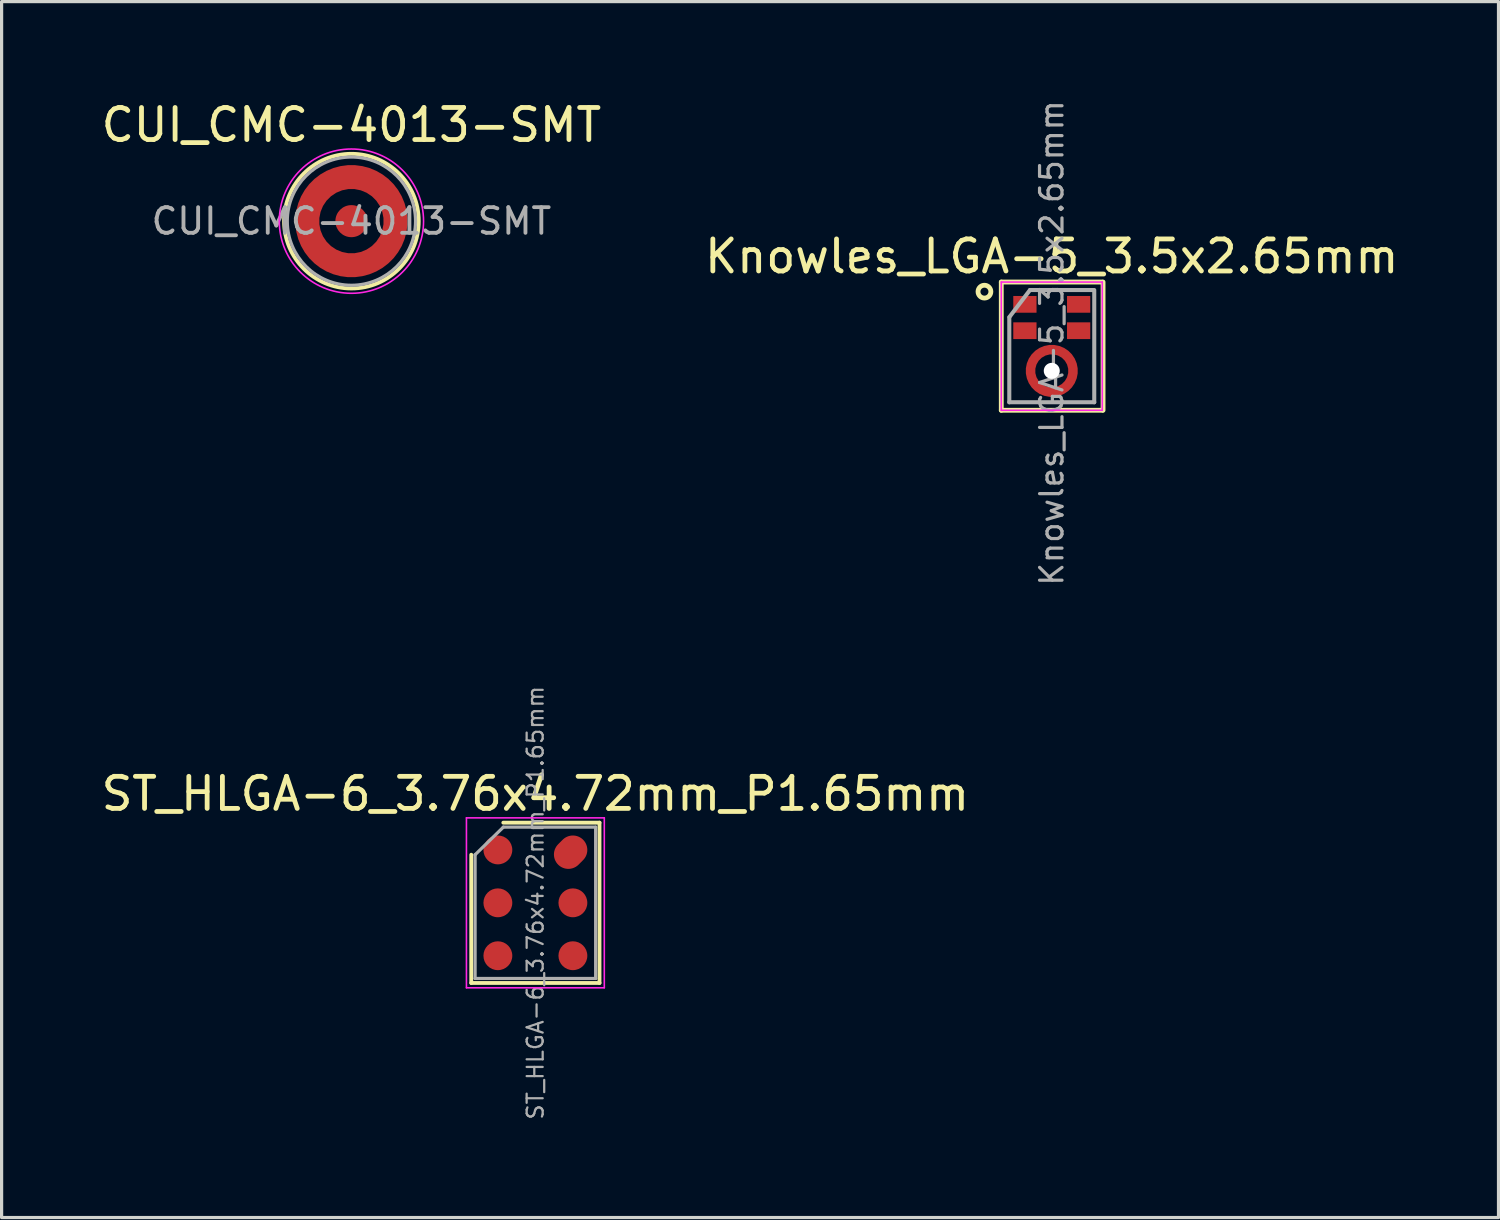
<source format=kicad_pcb>
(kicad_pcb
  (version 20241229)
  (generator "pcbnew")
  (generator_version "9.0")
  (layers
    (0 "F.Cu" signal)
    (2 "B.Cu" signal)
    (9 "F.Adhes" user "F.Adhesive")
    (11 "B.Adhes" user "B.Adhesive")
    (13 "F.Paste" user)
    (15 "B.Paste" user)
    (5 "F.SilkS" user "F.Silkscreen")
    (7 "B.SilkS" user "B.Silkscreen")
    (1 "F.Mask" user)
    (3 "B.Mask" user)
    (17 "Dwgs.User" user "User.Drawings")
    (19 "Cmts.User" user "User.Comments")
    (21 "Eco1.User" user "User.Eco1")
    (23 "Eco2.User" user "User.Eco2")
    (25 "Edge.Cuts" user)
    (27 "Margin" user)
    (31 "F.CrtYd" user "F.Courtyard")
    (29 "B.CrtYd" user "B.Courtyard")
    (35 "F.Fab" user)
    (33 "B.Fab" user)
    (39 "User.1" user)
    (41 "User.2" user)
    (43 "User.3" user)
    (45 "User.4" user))
  (footprint "Knowles_LGA-5_3.5x2.65mm"
    (layer "F.Cu")
    (at 29.756 7.747)
    (property "Reference" "Knowles_LGA-5_3.5x2.65mm" (at 0 -2.8 0) (layer "F.SilkS") (effects (font (size 1 1) (thickness 0.15))))
    (attr smd)
    (fp_line (start -1.575 -2) (end -1.575 2) (stroke (width 0.15) (type solid)) (layer "F.SilkS"))
    (fp_line (start -1.575 2) (end 1.575 2) (stroke (width 0.15) (type solid)) (layer "F.SilkS"))
    (fp_line (start 1.575 -2) (end -1.575 -2) (stroke (width 0.15) (type solid)) (layer "F.SilkS"))
    (fp_line (start 1.6 -2) (end 1.6 2) (stroke (width 0.15) (type solid)) (layer "F.SilkS"))
    (fp_circle (center -2.1 -1.7) (end -1.9 -1.7) (stroke (width 0.15) (type solid)) (fill no) (layer "F.SilkS"))
    (fp_arc (start -0.61 0.51) (mid -0.481113 0.313678) (end -0.291878 0.174595) (stroke (width 0.3) (type solid)) (layer "F.Paste"))
    (fp_arc (start -0.29 1.37) (mid -0.480955 1.231283) (end -0.611581 1.034705) (stroke (width 0.3) (type solid)) (layer "F.Paste"))
    (fp_arc (start 0.28 0.17) (mid 0.471401 0.305047) (end 0.603799 0.49829) (stroke (width 0.3) (type solid)) (layer "F.Paste"))
    (fp_arc (start 0.6 1.05) (mid 0.464953 1.241401) (end 0.27171 1.373799) (stroke (width 0.3) (type solid)) (layer "F.Paste"))
    (fp_line (start -1.575 -2) (end 1.575 -2) (stroke (width 0.05) (type solid)) (layer "F.CrtYd"))
    (fp_line (start -1.575 2) (end -1.575 -2) (stroke (width 0.05) (type solid)) (layer "F.CrtYd"))
    (fp_line (start 1.575 -2) (end 1.575 2) (stroke (width 0.05) (type solid)) (layer "F.CrtYd"))
    (fp_line (start 1.575 2) (end -1.575 2) (stroke (width 0.05) (type solid)) (layer "F.CrtYd"))
    (fp_line (start -1.325 1.75) (end -1.325 -0.9) (stroke (width 0.127) (type solid)) (layer "F.Fab"))
    (fp_line (start -1.32 -0.91) (end -0.68 -1.75) (stroke (width 0.127) (type solid)) (layer "F.Fab"))
    (fp_line (start -0.68 -1.75) (end 1.3 -1.75) (stroke (width 0.127) (type solid)) (layer "F.Fab"))
    (fp_line (start 1.325 -1.75) (end 1.325 1.75) (stroke (width 0.127) (type solid)) (layer "F.Fab"))
    (fp_line (start 1.325 1.75) (end -1.325 1.75) (stroke (width 0.127) (type solid)) (layer "F.Fab"))
    (fp_text user "${REFERENCE}" (at 0 -0.1 90) (layer "F.Fab") (effects (font (size 0.7 0.7) (thickness 0.1))))
    (pad "" np_thru_hole circle (at 0 0.77) (size 0.5 0.5) (drill 0.5) (layers "*.Cu" "*.Mask"))
    (pad "1" smd rect (at -0.838 -1.304) (size 0.725 0.522) (layers "F.Cu" "F.Mask" "F.Paste"))
    (pad "2" smd rect (at -0.838 -0.482) (size 0.725 0.522) (layers "F.Cu" "F.Mask" "F.Paste"))
    (pad "3" smd custom (at 0 1.433) (size 0.3 0.3) (layers "F.Cu" "F.Mask") (options (anchor circle)) (primitives (gr_circle (center 0 -0.662) (end 0.662 -0.662) (width 0.3) (fill no))))
    (pad "4" smd rect (at 0.838 -0.482) (size 0.725 0.522) (layers "F.Cu" "F.Mask" "F.Paste"))
    (pad "5" smd rect (at 0.838 -1.304) (size 0.725 0.522) (layers "F.Cu" "F.Mask" "F.Paste")))
  (footprint "ST_HLGA-6_3.76x4.72mm_P1.65mm"
    (layer "F.Cu")
    (at 13.649 25.11)
    (property "Reference" "ST_HLGA-6_3.76x4.72mm_P1.65mm" (at 0 -3.4 0) (layer "F.SilkS") (effects (font (size 1 1) (thickness 0.15))))
    (attr smd)
    (fp_line (start -2 2.5) (end -2 -1.5) (stroke (width 0.12) (type solid)) (layer "F.SilkS"))
    (fp_line (start -1 -2.5) (end 2 -2.5) (stroke (width 0.12) (type solid)) (layer "F.SilkS"))
    (fp_line (start 2 -2.5) (end 2 2.5) (stroke (width 0.12) (type solid)) (layer "F.SilkS"))
    (fp_line (start 2 2.5) (end -2 2.5) (stroke (width 0.12) (type solid)) (layer "F.SilkS"))
    (fp_line (start -2.15 -2.65) (end 2.15 -2.65) (stroke (width 0.05) (type solid)) (layer "F.CrtYd"))
    (fp_line (start -2.15 2.65) (end -2.15 -2.65) (stroke (width 0.05) (type solid)) (layer "F.CrtYd"))
    (fp_line (start 2.15 -2.65) (end 2.15 2.65) (stroke (width 0.05) (type solid)) (layer "F.CrtYd"))
    (fp_line (start 2.15 2.65) (end -2.15 2.65) (stroke (width 0.05) (type solid)) (layer "F.CrtYd"))
    (fp_line (start -1.88 2.36) (end -1.88 -1.5) (stroke (width 0.1) (type solid)) (layer "F.Fab"))
    (fp_line (start -1 -2.36) (end -1.88 -1.5) (stroke (width 0.1) (type solid)) (layer "F.Fab"))
    (fp_line (start -1 -2.36) (end 1.88 -2.36) (stroke (width 0.1) (type solid)) (layer "F.Fab"))
    (fp_line (start 1.88 -2.36) (end 1.88 2.36) (stroke (width 0.1) (type solid)) (layer "F.Fab"))
    (fp_line (start 1.88 2.36) (end -1.88 2.36) (stroke (width 0.1) (type solid)) (layer "F.Fab"))
    (fp_text user "${REFERENCE}" (at 0 0 90) (layer "F.Fab") (effects (font (size 0.5 0.5) (thickness 0.07))))
    (pad "1" smd circle (at -1.17 -1.65) (size 0.9 0.9) (layers "F.Cu" "F.Mask" "F.Paste"))
    (pad "2" smd circle (at -1.17 0) (size 0.9 0.9) (layers "F.Cu" "F.Mask" "F.Paste"))
    (pad "3" smd circle (at -1.17 1.65) (size 0.9 0.9) (layers "F.Cu" "F.Mask" "F.Paste"))
    (pad "4" smd circle (at 1.17 1.65) (size 0.9 0.9) (layers "F.Cu" "F.Mask" "F.Paste"))
    (pad "5" smd circle (at 1.17 0) (size 0.9 0.9) (layers "F.Cu" "F.Mask" "F.Paste"))
    (pad "6" smd oval (at 1.17 -1.65 315) (size 0.9 1.1) (drill (offset 0 0.1)) (layers "F.Cu" "F.Mask" "F.Paste")))
  (footprint "CUI_CMC-4013-SMT"
    (layer "F.Cu")
    (at 7.911 3.848)
    (property "Reference" "CUI_CMC-4013-SMT" (at 0 -3 0) (layer "F.SilkS") (effects (font (size 1 1) (thickness 0.15))))
    (attr smd)
    (fp_circle (center 0 0) (end 2.1 0) (stroke (width 0.12) (type solid)) (fill no) (layer "F.SilkS"))
    (fp_circle (center 0 0) (end 2.25 0) (stroke (width 0.05) (type solid)) (fill no) (layer "F.CrtYd"))
    (fp_circle (center 0 0) (end 2 0) (stroke (width 0.1) (type solid)) (fill no) (layer "F.Fab"))
    (fp_text user "${REFERENCE}" (at 0 0 0) (layer "F.Fab") (effects (font (size 0.8 0.8) (thickness 0.12))))
    (pad "1" smd custom (at 0 -1.375) (size 0.75 0.75) (layers "F.Cu" "F.Mask") (options (anchor circle)) (primitives (gr_circle (center 0 1.375) (end 1.375 1.375) (width 0.75) (fill no))))
    (pad "2" smd circle (at 0 0) (size 1 1) (layers "F.Cu" "F.Mask" "F.Paste")))
  (gr_rect
    (start -3 -3)
    (end 43.69 34.927)
    (stroke (width 0.1) (type default))
    (fill no)
    (layer "Edge.Cuts")))
</source>
